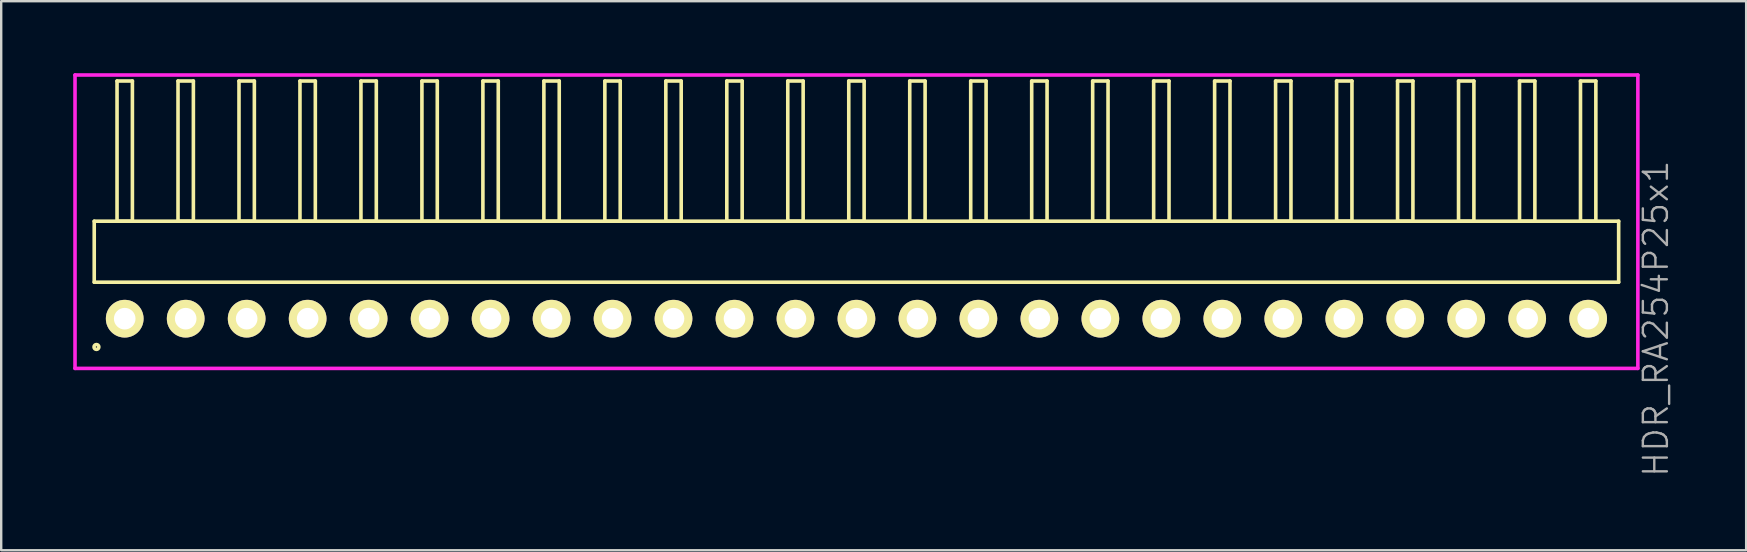
<source format=kicad_pcb>
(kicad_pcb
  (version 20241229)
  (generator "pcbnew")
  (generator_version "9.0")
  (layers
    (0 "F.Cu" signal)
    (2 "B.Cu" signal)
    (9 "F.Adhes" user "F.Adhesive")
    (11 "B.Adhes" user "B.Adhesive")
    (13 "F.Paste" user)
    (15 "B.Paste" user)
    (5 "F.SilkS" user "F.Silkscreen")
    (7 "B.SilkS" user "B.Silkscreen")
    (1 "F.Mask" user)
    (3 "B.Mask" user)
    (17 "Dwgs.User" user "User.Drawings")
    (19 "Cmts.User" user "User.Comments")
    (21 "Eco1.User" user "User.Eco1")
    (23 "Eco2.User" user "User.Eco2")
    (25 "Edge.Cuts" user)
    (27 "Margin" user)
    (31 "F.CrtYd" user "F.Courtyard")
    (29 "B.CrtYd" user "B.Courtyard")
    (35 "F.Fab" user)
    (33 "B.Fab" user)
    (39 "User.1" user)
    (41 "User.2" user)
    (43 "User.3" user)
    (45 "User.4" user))
  (footprint "HDR_RA254P25x1"
    (layer "F.Cu")
    (at 32.625 10.225)
    (property "Reference" "HDR_RA254P25x1" (at 33.3 0 90) (layer "F.Fab") (effects (font (size 1 1) (thickness 0.1))))
    (attr through_hole)
    (fp_line (start -31.75 -4.06) (end -31.75 -1.52) (stroke (width 0.15) (type solid)) (layer "F.SilkS"))
    (fp_line (start -31.75 -1.52) (end 31.75 -1.52) (stroke (width 0.15) (type solid)) (layer "F.SilkS"))
    (fp_line (start -30.8 -9.9) (end -30.8 -4.06) (stroke (width 0.15) (type solid)) (layer "F.SilkS"))
    (fp_line (start -30.8 -4.06) (end -30.16 -4.06) (stroke (width 0.15) (type solid)) (layer "F.SilkS"))
    (fp_line (start -30.16 -9.9) (end -30.8 -9.9) (stroke (width 0.15) (type solid)) (layer "F.SilkS"))
    (fp_line (start -30.16 -4.06) (end -30.16 -9.9) (stroke (width 0.15) (type solid)) (layer "F.SilkS"))
    (fp_line (start -28.26 -9.9) (end -28.26 -4.06) (stroke (width 0.15) (type solid)) (layer "F.SilkS"))
    (fp_line (start -28.26 -4.06) (end -27.62 -4.06) (stroke (width 0.15) (type solid)) (layer "F.SilkS"))
    (fp_line (start -27.62 -9.9) (end -28.26 -9.9) (stroke (width 0.15) (type solid)) (layer "F.SilkS"))
    (fp_line (start -27.62 -4.06) (end -27.62 -9.9) (stroke (width 0.15) (type solid)) (layer "F.SilkS"))
    (fp_line (start -25.72 -9.9) (end -25.72 -4.06) (stroke (width 0.15) (type solid)) (layer "F.SilkS"))
    (fp_line (start -25.72 -4.06) (end -25.08 -4.06) (stroke (width 0.15) (type solid)) (layer "F.SilkS"))
    (fp_line (start -25.08 -9.9) (end -25.72 -9.9) (stroke (width 0.15) (type solid)) (layer "F.SilkS"))
    (fp_line (start -25.08 -4.06) (end -25.08 -9.9) (stroke (width 0.15) (type solid)) (layer "F.SilkS"))
    (fp_line (start -23.18 -9.9) (end -23.18 -4.06) (stroke (width 0.15) (type solid)) (layer "F.SilkS"))
    (fp_line (start -23.18 -4.06) (end -22.54 -4.06) (stroke (width 0.15) (type solid)) (layer "F.SilkS"))
    (fp_line (start -22.54 -9.9) (end -23.18 -9.9) (stroke (width 0.15) (type solid)) (layer "F.SilkS"))
    (fp_line (start -22.54 -4.06) (end -22.54 -9.9) (stroke (width 0.15) (type solid)) (layer "F.SilkS"))
    (fp_line (start -20.64 -9.9) (end -20.64 -4.06) (stroke (width 0.15) (type solid)) (layer "F.SilkS"))
    (fp_line (start -20.64 -4.06) (end -20 -4.06) (stroke (width 0.15) (type solid)) (layer "F.SilkS"))
    (fp_line (start -20 -9.9) (end -20.64 -9.9) (stroke (width 0.15) (type solid)) (layer "F.SilkS"))
    (fp_line (start -20 -4.06) (end -20 -9.9) (stroke (width 0.15) (type solid)) (layer "F.SilkS"))
    (fp_line (start -18.1 -9.9) (end -18.1 -4.06) (stroke (width 0.15) (type solid)) (layer "F.SilkS"))
    (fp_line (start -18.1 -4.06) (end -17.46 -4.06) (stroke (width 0.15) (type solid)) (layer "F.SilkS"))
    (fp_line (start -17.46 -9.9) (end -18.1 -9.9) (stroke (width 0.15) (type solid)) (layer "F.SilkS"))
    (fp_line (start -17.46 -4.06) (end -17.46 -9.9) (stroke (width 0.15) (type solid)) (layer "F.SilkS"))
    (fp_line (start -15.56 -9.9) (end -15.56 -4.06) (stroke (width 0.15) (type solid)) (layer "F.SilkS"))
    (fp_line (start -15.56 -4.06) (end -14.92 -4.06) (stroke (width 0.15) (type solid)) (layer "F.SilkS"))
    (fp_line (start -14.92 -9.9) (end -15.56 -9.9) (stroke (width 0.15) (type solid)) (layer "F.SilkS"))
    (fp_line (start -14.92 -4.06) (end -14.92 -9.9) (stroke (width 0.15) (type solid)) (layer "F.SilkS"))
    (fp_line (start -13.02 -9.9) (end -13.02 -4.06) (stroke (width 0.15) (type solid)) (layer "F.SilkS"))
    (fp_line (start -13.02 -4.06) (end -12.38 -4.06) (stroke (width 0.15) (type solid)) (layer "F.SilkS"))
    (fp_line (start -12.38 -9.9) (end -13.02 -9.9) (stroke (width 0.15) (type solid)) (layer "F.SilkS"))
    (fp_line (start -12.38 -4.06) (end -12.38 -9.9) (stroke (width 0.15) (type solid)) (layer "F.SilkS"))
    (fp_line (start -10.48 -9.9) (end -10.48 -4.06) (stroke (width 0.15) (type solid)) (layer "F.SilkS"))
    (fp_line (start -10.48 -4.06) (end -9.84 -4.06) (stroke (width 0.15) (type solid)) (layer "F.SilkS"))
    (fp_line (start -9.84 -9.9) (end -10.48 -9.9) (stroke (width 0.15) (type solid)) (layer "F.SilkS"))
    (fp_line (start -9.84 -4.06) (end -9.84 -9.9) (stroke (width 0.15) (type solid)) (layer "F.SilkS"))
    (fp_line (start -7.94 -9.9) (end -7.94 -4.06) (stroke (width 0.15) (type solid)) (layer "F.SilkS"))
    (fp_line (start -7.94 -4.06) (end -7.3 -4.06) (stroke (width 0.15) (type solid)) (layer "F.SilkS"))
    (fp_line (start -7.3 -9.9) (end -7.94 -9.9) (stroke (width 0.15) (type solid)) (layer "F.SilkS"))
    (fp_line (start -7.3 -4.06) (end -7.3 -9.9) (stroke (width 0.15) (type solid)) (layer "F.SilkS"))
    (fp_line (start -5.4 -9.9) (end -5.4 -4.06) (stroke (width 0.15) (type solid)) (layer "F.SilkS"))
    (fp_line (start -5.4 -4.06) (end -4.76 -4.06) (stroke (width 0.15) (type solid)) (layer "F.SilkS"))
    (fp_line (start -4.76 -9.9) (end -5.4 -9.9) (stroke (width 0.15) (type solid)) (layer "F.SilkS"))
    (fp_line (start -4.76 -4.06) (end -4.76 -9.9) (stroke (width 0.15) (type solid)) (layer "F.SilkS"))
    (fp_line (start -2.86 -9.9) (end -2.86 -4.06) (stroke (width 0.15) (type solid)) (layer "F.SilkS"))
    (fp_line (start -2.86 -4.06) (end -2.22 -4.06) (stroke (width 0.15) (type solid)) (layer "F.SilkS"))
    (fp_line (start -2.22 -9.9) (end -2.86 -9.9) (stroke (width 0.15) (type solid)) (layer "F.SilkS"))
    (fp_line (start -2.22 -4.06) (end -2.22 -9.9) (stroke (width 0.15) (type solid)) (layer "F.SilkS"))
    (fp_line (start -0.32 -9.9) (end -0.32 -4.06) (stroke (width 0.15) (type solid)) (layer "F.SilkS"))
    (fp_line (start -0.32 -4.06) (end 0.32 -4.06) (stroke (width 0.15) (type solid)) (layer "F.SilkS"))
    (fp_line (start 0.32 -9.9) (end -0.32 -9.9) (stroke (width 0.15) (type solid)) (layer "F.SilkS"))
    (fp_line (start 0.32 -4.06) (end 0.32 -9.9) (stroke (width 0.15) (type solid)) (layer "F.SilkS"))
    (fp_line (start 2.22 -9.9) (end 2.22 -4.06) (stroke (width 0.15) (type solid)) (layer "F.SilkS"))
    (fp_line (start 2.22 -4.06) (end 2.86 -4.06) (stroke (width 0.15) (type solid)) (layer "F.SilkS"))
    (fp_line (start 2.86 -9.9) (end 2.22 -9.9) (stroke (width 0.15) (type solid)) (layer "F.SilkS"))
    (fp_line (start 2.86 -4.06) (end 2.86 -9.9) (stroke (width 0.15) (type solid)) (layer "F.SilkS"))
    (fp_line (start 4.76 -9.9) (end 4.76 -4.06) (stroke (width 0.15) (type solid)) (layer "F.SilkS"))
    (fp_line (start 4.76 -4.06) (end 5.4 -4.06) (stroke (width 0.15) (type solid)) (layer "F.SilkS"))
    (fp_line (start 5.4 -9.9) (end 4.76 -9.9) (stroke (width 0.15) (type solid)) (layer "F.SilkS"))
    (fp_line (start 5.4 -4.06) (end 5.4 -9.9) (stroke (width 0.15) (type solid)) (layer "F.SilkS"))
    (fp_line (start 7.3 -9.9) (end 7.3 -4.06) (stroke (width 0.15) (type solid)) (layer "F.SilkS"))
    (fp_line (start 7.3 -4.06) (end 7.94 -4.06) (stroke (width 0.15) (type solid)) (layer "F.SilkS"))
    (fp_line (start 7.94 -9.9) (end 7.3 -9.9) (stroke (width 0.15) (type solid)) (layer "F.SilkS"))
    (fp_line (start 7.94 -4.06) (end 7.94 -9.9) (stroke (width 0.15) (type solid)) (layer "F.SilkS"))
    (fp_line (start 9.84 -9.9) (end 9.84 -4.06) (stroke (width 0.15) (type solid)) (layer "F.SilkS"))
    (fp_line (start 9.84 -4.06) (end 10.48 -4.06) (stroke (width 0.15) (type solid)) (layer "F.SilkS"))
    (fp_line (start 10.48 -9.9) (end 9.84 -9.9) (stroke (width 0.15) (type solid)) (layer "F.SilkS"))
    (fp_line (start 10.48 -4.06) (end 10.48 -9.9) (stroke (width 0.15) (type solid)) (layer "F.SilkS"))
    (fp_line (start 12.38 -9.9) (end 12.38 -4.06) (stroke (width 0.15) (type solid)) (layer "F.SilkS"))
    (fp_line (start 12.38 -4.06) (end 13.02 -4.06) (stroke (width 0.15) (type solid)) (layer "F.SilkS"))
    (fp_line (start 13.02 -9.9) (end 12.38 -9.9) (stroke (width 0.15) (type solid)) (layer "F.SilkS"))
    (fp_line (start 13.02 -4.06) (end 13.02 -9.9) (stroke (width 0.15) (type solid)) (layer "F.SilkS"))
    (fp_line (start 14.92 -9.9) (end 14.92 -4.06) (stroke (width 0.15) (type solid)) (layer "F.SilkS"))
    (fp_line (start 14.92 -4.06) (end 15.56 -4.06) (stroke (width 0.15) (type solid)) (layer "F.SilkS"))
    (fp_line (start 15.56 -9.9) (end 14.92 -9.9) (stroke (width 0.15) (type solid)) (layer "F.SilkS"))
    (fp_line (start 15.56 -4.06) (end 15.56 -9.9) (stroke (width 0.15) (type solid)) (layer "F.SilkS"))
    (fp_line (start 17.46 -9.9) (end 17.46 -4.06) (stroke (width 0.15) (type solid)) (layer "F.SilkS"))
    (fp_line (start 17.46 -4.06) (end 18.1 -4.06) (stroke (width 0.15) (type solid)) (layer "F.SilkS"))
    (fp_line (start 18.1 -9.9) (end 17.46 -9.9) (stroke (width 0.15) (type solid)) (layer "F.SilkS"))
    (fp_line (start 18.1 -4.06) (end 18.1 -9.9) (stroke (width 0.15) (type solid)) (layer "F.SilkS"))
    (fp_line (start 20 -9.9) (end 20 -4.06) (stroke (width 0.15) (type solid)) (layer "F.SilkS"))
    (fp_line (start 20 -4.06) (end 20.64 -4.06) (stroke (width 0.15) (type solid)) (layer "F.SilkS"))
    (fp_line (start 20.64 -9.9) (end 20 -9.9) (stroke (width 0.15) (type solid)) (layer "F.SilkS"))
    (fp_line (start 20.64 -4.06) (end 20.64 -9.9) (stroke (width 0.15) (type solid)) (layer "F.SilkS"))
    (fp_line (start 22.54 -9.9) (end 22.54 -4.06) (stroke (width 0.15) (type solid)) (layer "F.SilkS"))
    (fp_line (start 22.54 -4.06) (end 23.18 -4.06) (stroke (width 0.15) (type solid)) (layer "F.SilkS"))
    (fp_line (start 23.18 -9.9) (end 22.54 -9.9) (stroke (width 0.15) (type solid)) (layer "F.SilkS"))
    (fp_line (start 23.18 -4.06) (end 23.18 -9.9) (stroke (width 0.15) (type solid)) (layer "F.SilkS"))
    (fp_line (start 25.08 -9.9) (end 25.08 -4.06) (stroke (width 0.15) (type solid)) (layer "F.SilkS"))
    (fp_line (start 25.08 -4.06) (end 25.72 -4.06) (stroke (width 0.15) (type solid)) (layer "F.SilkS"))
    (fp_line (start 25.72 -9.9) (end 25.08 -9.9) (stroke (width 0.15) (type solid)) (layer "F.SilkS"))
    (fp_line (start 25.72 -4.06) (end 25.72 -9.9) (stroke (width 0.15) (type solid)) (layer "F.SilkS"))
    (fp_line (start 27.62 -9.9) (end 27.62 -4.06) (stroke (width 0.15) (type solid)) (layer "F.SilkS"))
    (fp_line (start 27.62 -4.06) (end 28.26 -4.06) (stroke (width 0.15) (type solid)) (layer "F.SilkS"))
    (fp_line (start 28.26 -9.9) (end 27.62 -9.9) (stroke (width 0.15) (type solid)) (layer "F.SilkS"))
    (fp_line (start 28.26 -4.06) (end 28.26 -9.9) (stroke (width 0.15) (type solid)) (layer "F.SilkS"))
    (fp_line (start 30.16 -9.9) (end 30.16 -4.06) (stroke (width 0.15) (type solid)) (layer "F.SilkS"))
    (fp_line (start 30.16 -4.06) (end 30.8 -4.06) (stroke (width 0.15) (type solid)) (layer "F.SilkS"))
    (fp_line (start 30.8 -9.9) (end 30.16 -9.9) (stroke (width 0.15) (type solid)) (layer "F.SilkS"))
    (fp_line (start 30.8 -4.06) (end 30.8 -9.9) (stroke (width 0.15) (type solid)) (layer "F.SilkS"))
    (fp_line (start 31.75 -4.06) (end -31.75 -4.06) (stroke (width 0.15) (type solid)) (layer "F.SilkS"))
    (fp_line (start 31.75 -1.52) (end 31.75 -4.06) (stroke (width 0.15) (type solid)) (layer "F.SilkS"))
    (fp_circle (center -31.658 1.178) (end -31.557 1.178) (stroke (width 0.15) (type solid)) (fill no) (layer "F.SilkS"))
    (fp_line (start -32.55 -10.15) (end -32.55 2.07) (stroke (width 0.15) (type solid)) (layer "F.CrtYd"))
    (fp_line (start -32.55 2.07) (end 32.55 2.07) (stroke (width 0.15) (type solid)) (layer "F.CrtYd"))
    (fp_line (start 32.55 -10.15) (end -32.55 -10.15) (stroke (width 0.15) (type solid)) (layer "F.CrtYd"))
    (fp_line (start 32.55 2.07) (end 32.55 -10.15) (stroke (width 0.15) (type solid)) (layer "F.CrtYd"))
    (pad "1" thru_hole oval (at -30.48 0) (size 1.57 1.57) (drill 0.9) (layers "*.Cu" "*.Mask" "F.SilkS"))
    (pad "2" thru_hole oval (at -27.94 0) (size 1.57 1.57) (drill 0.9) (layers "*.Cu" "*.Mask" "F.SilkS"))
    (pad "3" thru_hole oval (at -25.4 0) (size 1.57 1.57) (drill 0.9) (layers "*.Cu" "*.Mask" "F.SilkS"))
    (pad "4" thru_hole oval (at -22.86 0) (size 1.57 1.57) (drill 0.9) (layers "*.Cu" "*.Mask" "F.SilkS"))
    (pad "5" thru_hole oval (at -20.32 0) (size 1.57 1.57) (drill 0.9) (layers "*.Cu" "*.Mask" "F.SilkS"))
    (pad "6" thru_hole oval (at -17.78 0) (size 1.57 1.57) (drill 0.9) (layers "*.Cu" "*.Mask" "F.SilkS"))
    (pad "7" thru_hole oval (at -15.24 0) (size 1.57 1.57) (drill 0.9) (layers "*.Cu" "*.Mask" "F.SilkS"))
    (pad "8" thru_hole oval (at -12.7 0) (size 1.57 1.57) (drill 0.9) (layers "*.Cu" "*.Mask" "F.SilkS"))
    (pad "9" thru_hole oval (at -10.16 0) (size 1.57 1.57) (drill 0.9) (layers "*.Cu" "*.Mask" "F.SilkS"))
    (pad "10" thru_hole oval (at -7.62 0) (size 1.57 1.57) (drill 0.9) (layers "*.Cu" "*.Mask" "F.SilkS"))
    (pad "11" thru_hole oval (at -5.08 0) (size 1.57 1.57) (drill 0.9) (layers "*.Cu" "*.Mask" "F.SilkS"))
    (pad "12" thru_hole oval (at -2.54 0) (size 1.57 1.57) (drill 0.9) (layers "*.Cu" "*.Mask" "F.SilkS"))
    (pad "13" thru_hole oval (at 0 0) (size 1.57 1.57) (drill 0.9) (layers "*.Cu" "*.Mask" "F.SilkS"))
    (pad "14" thru_hole oval (at 2.54 0) (size 1.57 1.57) (drill 0.9) (layers "*.Cu" "*.Mask" "F.SilkS"))
    (pad "15" thru_hole oval (at 5.08 0) (size 1.57 1.57) (drill 0.9) (layers "*.Cu" "*.Mask" "F.SilkS"))
    (pad "16" thru_hole oval (at 7.62 0) (size 1.57 1.57) (drill 0.9) (layers "*.Cu" "*.Mask" "F.SilkS"))
    (pad "17" thru_hole oval (at 10.16 0) (size 1.57 1.57) (drill 0.9) (layers "*.Cu" "*.Mask" "F.SilkS"))
    (pad "18" thru_hole oval (at 12.7 0) (size 1.57 1.57) (drill 0.9) (layers "*.Cu" "*.Mask" "F.SilkS"))
    (pad "19" thru_hole oval (at 15.24 0) (size 1.57 1.57) (drill 0.9) (layers "*.Cu" "*.Mask" "F.SilkS"))
    (pad "20" thru_hole oval (at 17.78 0) (size 1.57 1.57) (drill 0.9) (layers "*.Cu" "*.Mask" "F.SilkS"))
    (pad "21" thru_hole oval (at 20.32 0) (size 1.57 1.57) (drill 0.9) (layers "*.Cu" "*.Mask" "F.SilkS"))
    (pad "22" thru_hole oval (at 22.86 0) (size 1.57 1.57) (drill 0.9) (layers "*.Cu" "*.Mask" "F.SilkS"))
    (pad "23" thru_hole oval (at 25.4 0) (size 1.57 1.57) (drill 0.9) (layers "*.Cu" "*.Mask" "F.SilkS"))
    (pad "24" thru_hole oval (at 27.94 0) (size 1.57 1.57) (drill 0.9) (layers "*.Cu" "*.Mask" "F.SilkS"))
    (pad "25" thru_hole oval (at 30.48 0) (size 1.57 1.57) (drill 0.9) (layers "*.Cu" "*.Mask" "F.SilkS")))
  (gr_rect
    (start -3 -3)
    (end 69.686 19.87)
    (stroke (width 0.1) (type default))
    (fill no)
    (layer "Edge.Cuts")))
</source>
